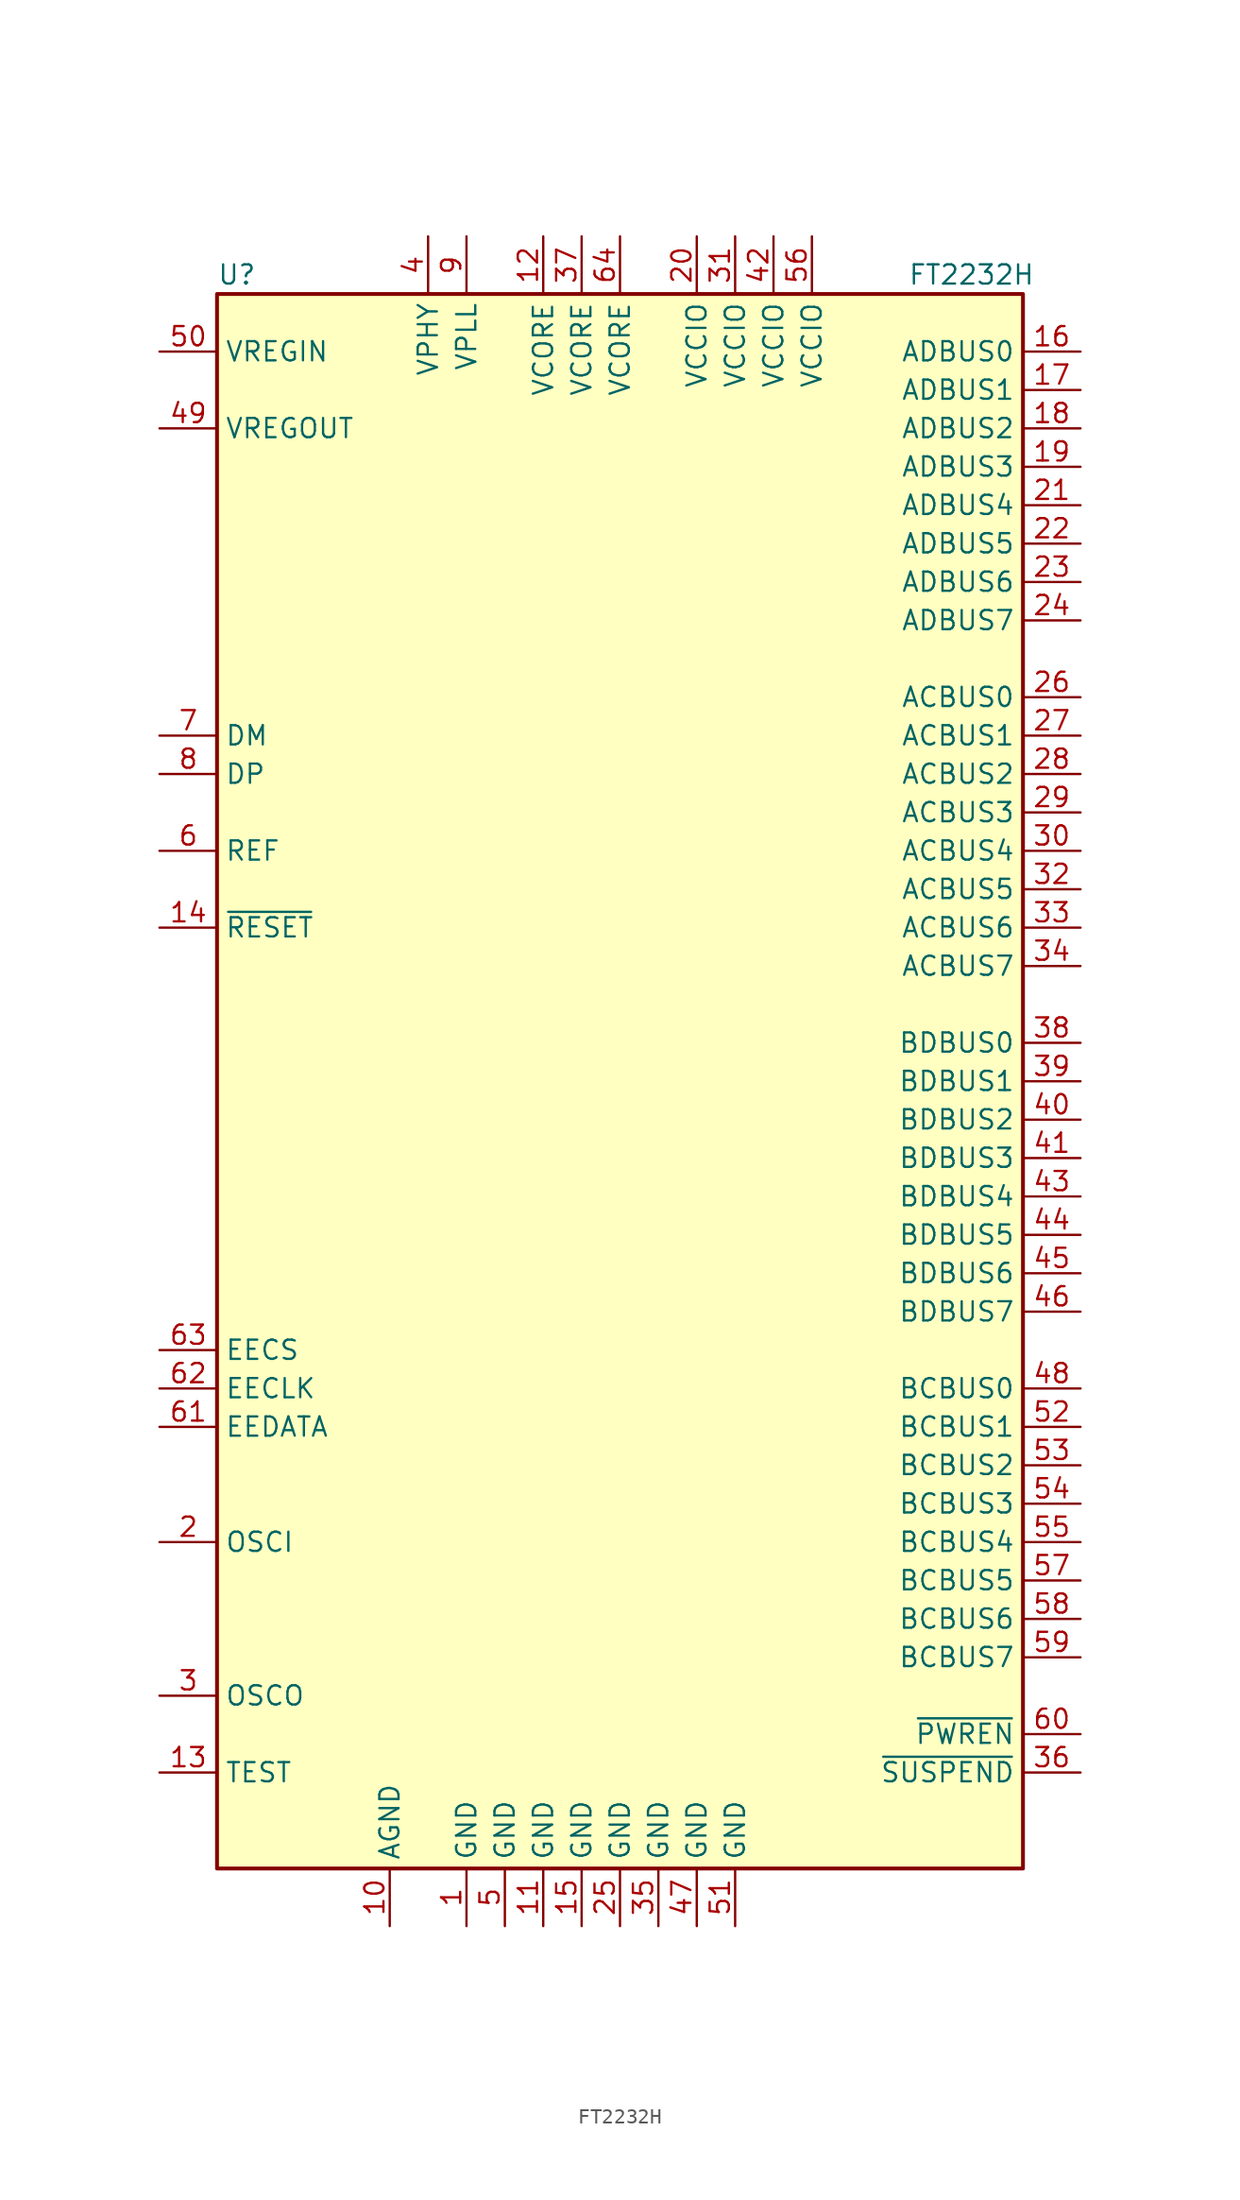
<source format=kicad_sym>
(kicad_symbol_lib
  (version 20211014)
  (generator kicad_symbol_editor)
  (symbol "FT2232H"
    (property "Reference" "U"
      (at -26.67 53.34 0)
      (effects (font (size 1.27 1.27)) (justify left)))
    (property "Value" "FT2232H"
      (at 19.05 53.34 0)
      (effects (font (size 1.27 1.27)) (justify left)))
    (symbol "FT2232H_0_1"
      (rectangle (start -26.67 -52.07) (end 26.67 52.07) (stroke (width 0.254) (type default) (color 0 0 0 0)) (fill (type background))))
    (symbol "FT2232H_1_1"
      (pin power_in line (at -10.16 -55.88 90) (length 3.81) (name "GND" (effects (font (size 1.27 1.27)))) (number "1" (effects (font (size 1.27 1.27)))))
      (pin power_in line (at -15.24 -55.88 90) (length 3.81) (name "AGND" (effects (font (size 1.27 1.27)))) (number "10" (effects (font (size 1.27 1.27)))))
      (pin power_in line (at -5.08 -55.88 90) (length 3.81) (name "GND" (effects (font (size 1.27 1.27)))) (number "11" (effects (font (size 1.27 1.27)))))
      (pin power_in line (at -5.08 55.88 270) (length 3.81) (name "VCORE" (effects (font (size 1.27 1.27)))) (number "12" (effects (font (size 1.27 1.27)))))
      (pin input line (at -30.48 -45.72 0) (length 3.81) (name "TEST" (effects (font (size 1.27 1.27)))) (number "13" (effects (font (size 1.27 1.27)))))
      (pin input line (at -30.48 10.16 0) (length 3.81) (name "~{RESET}" (effects (font (size 1.27 1.27)))) (number "14" (effects (font (size 1.27 1.27)))))
      (pin power_in line (at -2.54 -55.88 90) (length 3.81) (name "GND" (effects (font (size 1.27 1.27)))) (number "15" (effects (font (size 1.27 1.27)))))
      (pin bidirectional line (at 30.48 48.26 180) (length 3.81) (name "ADBUS0" (effects (font (size 1.27 1.27)))) (number "16" (effects (font (size 1.27 1.27)))))
      (pin bidirectional line (at 30.48 45.72 180) (length 3.81) (name "ADBUS1" (effects (font (size 1.27 1.27)))) (number "17" (effects (font (size 1.27 1.27)))))
      (pin bidirectional line (at 30.48 43.18 180) (length 3.81) (name "ADBUS2" (effects (font (size 1.27 1.27)))) (number "18" (effects (font (size 1.27 1.27)))))
      (pin bidirectional line (at 30.48 40.64 180) (length 3.81) (name "ADBUS3" (effects (font (size 1.27 1.27)))) (number "19" (effects (font (size 1.27 1.27)))))
      (pin input line (at -30.48 -30.48 0) (length 3.81) (name "OSCI" (effects (font (size 1.27 1.27)))) (number "2" (effects (font (size 1.27 1.27)))))
      (pin power_in line (at 5.08 55.88 270) (length 3.81) (name "VCCIO" (effects (font (size 1.27 1.27)))) (number "20" (effects (font (size 1.27 1.27)))))
      (pin bidirectional line (at 30.48 38.1 180) (length 3.81) (name "ADBUS4" (effects (font (size 1.27 1.27)))) (number "21" (effects (font (size 1.27 1.27)))))
      (pin bidirectional line (at 30.48 35.56 180) (length 3.81) (name "ADBUS5" (effects (font (size 1.27 1.27)))) (number "22" (effects (font (size 1.27 1.27)))))
      (pin bidirectional line (at 30.48 33.02 180) (length 3.81) (name "ADBUS6" (effects (font (size 1.27 1.27)))) (number "23" (effects (font (size 1.27 1.27)))))
      (pin bidirectional line (at 30.48 30.48 180) (length 3.81) (name "ADBUS7" (effects (font (size 1.27 1.27)))) (number "24" (effects (font (size 1.27 1.27)))))
      (pin power_in line (at 0 -55.88 90) (length 3.81) (name "GND" (effects (font (size 1.27 1.27)))) (number "25" (effects (font (size 1.27 1.27)))))
      (pin bidirectional line (at 30.48 25.4 180) (length 3.81) (name "ACBUS0" (effects (font (size 1.27 1.27)))) (number "26" (effects (font (size 1.27 1.27)))))
      (pin bidirectional line (at 30.48 22.86 180) (length 3.81) (name "ACBUS1" (effects (font (size 1.27 1.27)))) (number "27" (effects (font (size 1.27 1.27)))))
      (pin bidirectional line (at 30.48 20.32 180) (length 3.81) (name "ACBUS2" (effects (font (size 1.27 1.27)))) (number "28" (effects (font (size 1.27 1.27)))))
      (pin bidirectional line (at 30.48 17.78 180) (length 3.81) (name "ACBUS3" (effects (font (size 1.27 1.27)))) (number "29" (effects (font (size 1.27 1.27)))))
      (pin output line (at -30.48 -40.64 0) (length 3.81) (name "OSCO" (effects (font (size 1.27 1.27)))) (number "3" (effects (font (size 1.27 1.27)))))
      (pin bidirectional line (at 30.48 15.24 180) (length 3.81) (name "ACBUS4" (effects (font (size 1.27 1.27)))) (number "30" (effects (font (size 1.27 1.27)))))
      (pin power_in line (at 7.62 55.88 270) (length 3.81) (name "VCCIO" (effects (font (size 1.27 1.27)))) (number "31" (effects (font (size 1.27 1.27)))))
      (pin bidirectional line (at 30.48 12.7 180) (length 3.81) (name "ACBUS5" (effects (font (size 1.27 1.27)))) (number "32" (effects (font (size 1.27 1.27)))))
      (pin bidirectional line (at 30.48 10.16 180) (length 3.81) (name "ACBUS6" (effects (font (size 1.27 1.27)))) (number "33" (effects (font (size 1.27 1.27)))))
      (pin bidirectional line (at 30.48 7.62 180) (length 3.81) (name "ACBUS7" (effects (font (size 1.27 1.27)))) (number "34" (effects (font (size 1.27 1.27)))))
      (pin power_in line (at 2.54 -55.88 90) (length 3.81) (name "GND" (effects (font (size 1.27 1.27)))) (number "35" (effects (font (size 1.27 1.27)))))
      (pin output line (at 30.48 -45.72 180) (length 3.81) (name "~{SUSPEND}" (effects (font (size 1.27 1.27)))) (number "36" (effects (font (size 1.27 1.27)))))
      (pin power_in line (at -2.54 55.88 270) (length 3.81) (name "VCORE" (effects (font (size 1.27 1.27)))) (number "37" (effects (font (size 1.27 1.27)))))
      (pin bidirectional line (at 30.48 2.54 180) (length 3.81) (name "BDBUS0" (effects (font (size 1.27 1.27)))) (number "38" (effects (font (size 1.27 1.27)))))
      (pin bidirectional line (at 30.48 0 180) (length 3.81) (name "BDBUS1" (effects (font (size 1.27 1.27)))) (number "39" (effects (font (size 1.27 1.27)))))
      (pin power_in line (at -12.7 55.88 270) (length 3.81) (name "VPHY" (effects (font (size 1.27 1.27)))) (number "4" (effects (font (size 1.27 1.27)))))
      (pin bidirectional line (at 30.48 -2.54 180) (length 3.81) (name "BDBUS2" (effects (font (size 1.27 1.27)))) (number "40" (effects (font (size 1.27 1.27)))))
      (pin bidirectional line (at 30.48 -5.08 180) (length 3.81) (name "BDBUS3" (effects (font (size 1.27 1.27)))) (number "41" (effects (font (size 1.27 1.27)))))
      (pin power_in line (at 10.16 55.88 270) (length 3.81) (name "VCCIO" (effects (font (size 1.27 1.27)))) (number "42" (effects (font (size 1.27 1.27)))))
      (pin bidirectional line (at 30.48 -7.62 180) (length 3.81) (name "BDBUS4" (effects (font (size 1.27 1.27)))) (number "43" (effects (font (size 1.27 1.27)))))
      (pin bidirectional line (at 30.48 -10.16 180) (length 3.81) (name "BDBUS5" (effects (font (size 1.27 1.27)))) (number "44" (effects (font (size 1.27 1.27)))))
      (pin bidirectional line (at 30.48 -12.7 180) (length 3.81) (name "BDBUS6" (effects (font (size 1.27 1.27)))) (number "45" (effects (font (size 1.27 1.27)))))
      (pin bidirectional line (at 30.48 -15.24 180) (length 3.81) (name "BDBUS7" (effects (font (size 1.27 1.27)))) (number "46" (effects (font (size 1.27 1.27)))))
      (pin power_in line (at 5.08 -55.88 90) (length 3.81) (name "GND" (effects (font (size 1.27 1.27)))) (number "47" (effects (font (size 1.27 1.27)))))
      (pin bidirectional line (at 30.48 -20.32 180) (length 3.81) (name "BCBUS0" (effects (font (size 1.27 1.27)))) (number "48" (effects (font (size 1.27 1.27)))))
      (pin power_out line (at -30.48 43.18 0) (length 3.81) (name "VREGOUT" (effects (font (size 1.27 1.27)))) (number "49" (effects (font (size 1.27 1.27)))))
      (pin power_in line (at -7.62 -55.88 90) (length 3.81) (name "GND" (effects (font (size 1.27 1.27)))) (number "5" (effects (font (size 1.27 1.27)))))
      (pin power_in line (at -30.48 48.26 0) (length 3.81) (name "VREGIN" (effects (font (size 1.27 1.27)))) (number "50" (effects (font (size 1.27 1.27)))))
      (pin power_in line (at 7.62 -55.88 90) (length 3.81) (name "GND" (effects (font (size 1.27 1.27)))) (number "51" (effects (font (size 1.27 1.27)))))
      (pin bidirectional line (at 30.48 -22.86 180) (length 3.81) (name "BCBUS1" (effects (font (size 1.27 1.27)))) (number "52" (effects (font (size 1.27 1.27)))))
      (pin bidirectional line (at 30.48 -25.4 180) (length 3.81) (name "BCBUS2" (effects (font (size 1.27 1.27)))) (number "53" (effects (font (size 1.27 1.27)))))
      (pin bidirectional line (at 30.48 -27.94 180) (length 3.81) (name "BCBUS3" (effects (font (size 1.27 1.27)))) (number "54" (effects (font (size 1.27 1.27)))))
      (pin bidirectional line (at 30.48 -30.48 180) (length 3.81) (name "BCBUS4" (effects (font (size 1.27 1.27)))) (number "55" (effects (font (size 1.27 1.27)))))
      (pin power_in line (at 12.7 55.88 270) (length 3.81) (name "VCCIO" (effects (font (size 1.27 1.27)))) (number "56" (effects (font (size 1.27 1.27)))))
      (pin bidirectional line (at 30.48 -33.02 180) (length 3.81) (name "BCBUS5" (effects (font (size 1.27 1.27)))) (number "57" (effects (font (size 1.27 1.27)))))
      (pin bidirectional line (at 30.48 -35.56 180) (length 3.81) (name "BCBUS6" (effects (font (size 1.27 1.27)))) (number "58" (effects (font (size 1.27 1.27)))))
      (pin bidirectional line (at 30.48 -38.1 180) (length 3.81) (name "BCBUS7" (effects (font (size 1.27 1.27)))) (number "59" (effects (font (size 1.27 1.27)))))
      (pin output line (at -30.48 15.24 0) (length 3.81) (name "REF" (effects (font (size 1.27 1.27)))) (number "6" (effects (font (size 1.27 1.27)))))
      (pin output line (at 30.48 -43.18 180) (length 3.81) (name "~{PWREN}" (effects (font (size 1.27 1.27)))) (number "60" (effects (font (size 1.27 1.27)))))
      (pin bidirectional line (at -30.48 -22.86 0) (length 3.81) (name "EEDATA" (effects (font (size 1.27 1.27)))) (number "61" (effects (font (size 1.27 1.27)))))
      (pin output line (at -30.48 -20.32 0) (length 3.81) (name "EECLK" (effects (font (size 1.27 1.27)))) (number "62" (effects (font (size 1.27 1.27)))))
      (pin output line (at -30.48 -17.78 0) (length 3.81) (name "EECS" (effects (font (size 1.27 1.27)))) (number "63" (effects (font (size 1.27 1.27)))))
      (pin power_in line (at 0 55.88 270) (length 3.81) (name "VCORE" (effects (font (size 1.27 1.27)))) (number "64" (effects (font (size 1.27 1.27)))))
      (pin bidirectional line (at -30.48 22.86 0) (length 3.81) (name "DM" (effects (font (size 1.27 1.27)))) (number "7" (effects (font (size 1.27 1.27)))))
      (pin bidirectional line (at -30.48 20.32 0) (length 3.81) (name "DP" (effects (font (size 1.27 1.27)))) (number "8" (effects (font (size 1.27 1.27)))))
      (pin input line (at -10.16 55.88 270) (length 3.81) (name "VPLL" (effects (font (size 1.27 1.27)))) (number "9" (effects (font (size 1.27 1.27))))))))
</source>
